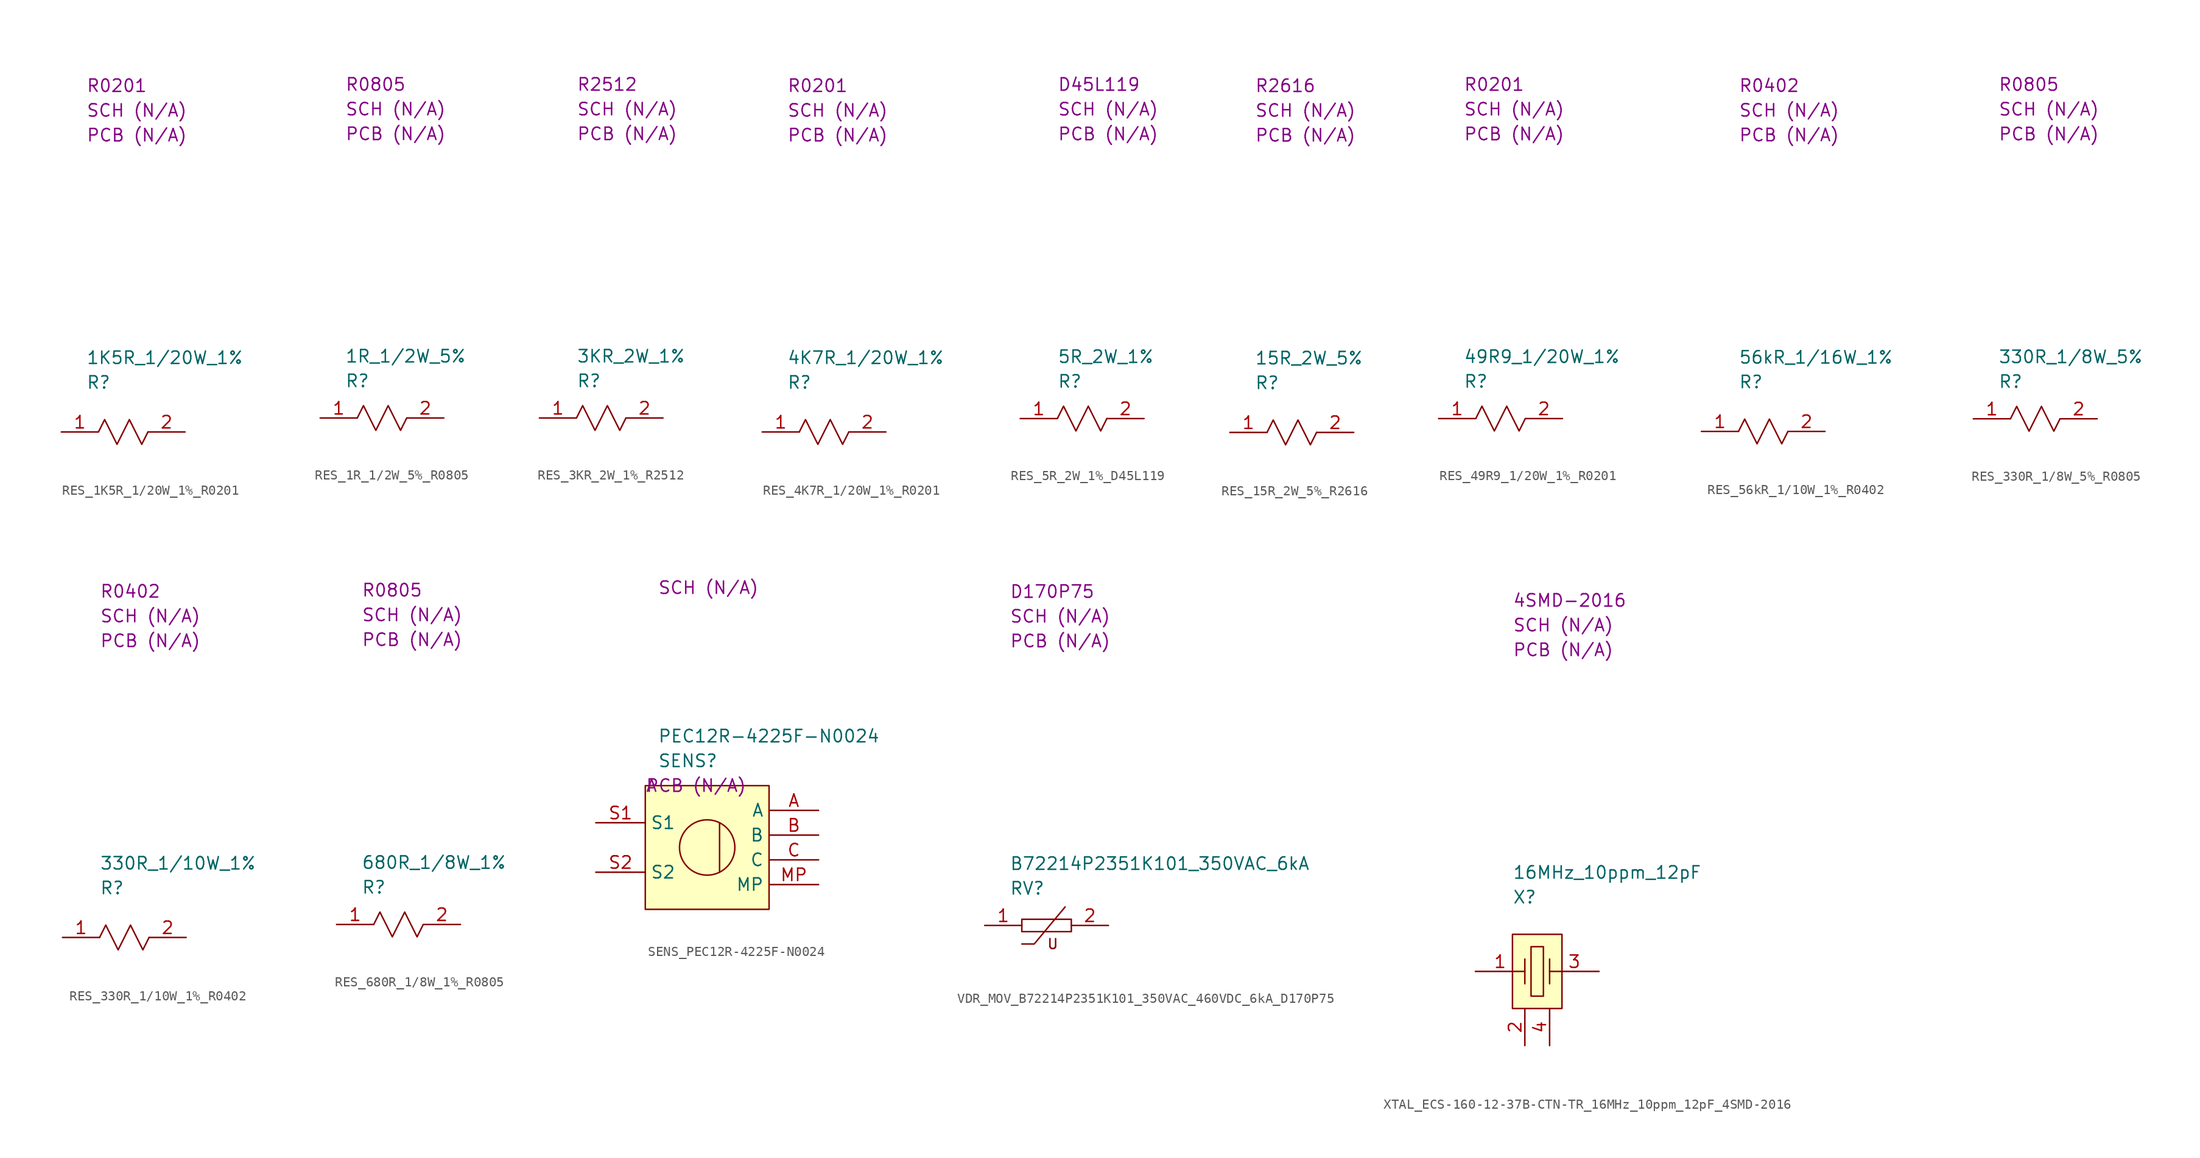
<source format=kicad_sym>
(kicad_symbol_lib
  (version 20220914)
  (generator kicad_symbol_editor)
  (symbol "RES_1K5R_1/20W_1%_R0201"
    (property "Reference" "R"
      (at 2.54 5.08 0)
      (effects (font (size 1.27 1.27)) (justify left)))
    (property "Value" "1K5R_1/20W_1%"
      (at 2.54 7.62 0)
      (effects (font (size 1.27 1.27)) (justify left)))
    (property "SCH CHECK" "SCH (N/A)"
      (at 2.54 33.02 0)
      (effects (font (size 1.27 1.27)) (justify left)))
    (property "Package" "R0201"
      (at 2.54 35.56 0)
      (effects (font (size 1.27 1.27)) (justify left)))
    (property "PCB CHECk" "PCB (N/A)"
      (at 2.54 30.48 0)
      (effects (font (size 1.27 1.27)) (justify left)))
    (symbol "RES_1K5R_1/20W_1%_R0201_0_0"
      (polyline (pts (xy 3.81 0) (xy 4.445 1.27) (xy 5.715 -1.27) (xy 6.985 1.27) (xy 8.255 -1.27) (xy 8.89 0)) (stroke (width 0) (type default)) (fill (type none))))
    (symbol "RES_1K5R_1/20W_1%_R0201_1_1"
      (pin passive line (at 0 0 0) (length 3.81) (name "" (effects (font (size 1.27 1.27)))) (number "1" (effects (font (size 1.27 1.27)))))
      (pin passive line (at 12.7 0 180) (length 3.81) (name "" (effects (font (size 1.27 1.27)))) (number "2" (effects (font (size 1.27 1.27)))))))
  (symbol "RES_1R_1/2W_5%_R0805"
    (property "Reference" "R"
      (at 2.54 3.81 0)
      (effects (font (size 1.27 1.27)) (justify left)))
    (property "Value" "1R_1/2W_5%"
      (at 2.54 6.35 0)
      (effects (font (size 1.27 1.27)) (justify left)))
    (property "SCH CHECK" "SCH (N/A)"
      (at 2.54 31.75 0)
      (effects (font (size 1.27 1.27)) (justify left)))
    (property "Package" "R0805"
      (at 2.54 34.29 0)
      (effects (font (size 1.27 1.27)) (justify left)))
    (property "PCB CHECk" "PCB (N/A)"
      (at 2.54 29.21 0)
      (effects (font (size 1.27 1.27)) (justify left)))
    (symbol "RES_1R_1/2W_5%_R0805_0_0"
      (polyline (pts (xy 3.81 0) (xy 4.445 1.27) (xy 5.715 -1.27) (xy 6.985 1.27) (xy 8.255 -1.27) (xy 8.89 0)) (stroke (width 0) (type default)) (fill (type none))))
    (symbol "RES_1R_1/2W_5%_R0805_1_1"
      (pin passive line (at 0 0 0) (length 3.81) (name "" (effects (font (size 1.27 1.27)))) (number "1" (effects (font (size 1.27 1.27)))))
      (pin passive line (at 12.7 0 180) (length 3.81) (name "" (effects (font (size 1.27 1.27)))) (number "2" (effects (font (size 1.27 1.27)))))))
  (symbol "RES_3KR_2W_1%_R2512"
    (property "Reference" "R"
      (at 3.81 3.81 0)
      (effects (font (size 1.27 1.27)) (justify left)))
    (property "Value" "3KR_2W_1%"
      (at 3.81 6.35 0)
      (effects (font (size 1.27 1.27)) (justify left)))
    (property "SCH CHECK" "SCH (N/A)"
      (at 3.81 31.75 0)
      (effects (font (size 1.27 1.27)) (justify left)))
    (property "Package" "R2512"
      (at 3.81 34.29 0)
      (effects (font (size 1.27 1.27)) (justify left)))
    (property "PCB CHECk" "PCB (N/A)"
      (at 3.81 29.21 0)
      (effects (font (size 1.27 1.27)) (justify left)))
    (symbol "RES_3KR_2W_1%_R2512_0_0"
      (polyline (pts (xy 3.81 0) (xy 4.445 1.27) (xy 5.715 -1.27) (xy 6.985 1.27) (xy 8.255 -1.27) (xy 8.89 0)) (stroke (width 0) (type default)) (fill (type none))))
    (symbol "RES_3KR_2W_1%_R2512_1_1"
      (pin passive line (at 0 0 0) (length 3.81) (name "" (effects (font (size 1.27 1.27)))) (number "1" (effects (font (size 1.27 1.27)))))
      (pin passive line (at 12.7 0 180) (length 3.81) (name "" (effects (font (size 1.27 1.27)))) (number "2" (effects (font (size 1.27 1.27)))))))
  (symbol "RES_4K7R_1/20W_1%_R0201"
    (property "Reference" "R"
      (at 2.54 5.08 0)
      (effects (font (size 1.27 1.27)) (justify left)))
    (property "Value" "4K7R_1/20W_1%"
      (at 2.54 7.62 0)
      (effects (font (size 1.27 1.27)) (justify left)))
    (property "SCH CHECK" "SCH (N/A)"
      (at 2.54 33.02 0)
      (effects (font (size 1.27 1.27)) (justify left)))
    (property "Package" "R0201"
      (at 2.54 35.56 0)
      (effects (font (size 1.27 1.27)) (justify left)))
    (property "PCB CHECk" "PCB (N/A)"
      (at 2.54 30.48 0)
      (effects (font (size 1.27 1.27)) (justify left)))
    (symbol "RES_4K7R_1/20W_1%_R0201_0_0"
      (polyline (pts (xy 3.81 0) (xy 4.445 1.27) (xy 5.715 -1.27) (xy 6.985 1.27) (xy 8.255 -1.27) (xy 8.89 0)) (stroke (width 0) (type default)) (fill (type none))))
    (symbol "RES_4K7R_1/20W_1%_R0201_1_1"
      (pin passive line (at 0 0 0) (length 3.81) (name "" (effects (font (size 1.27 1.27)))) (number "1" (effects (font (size 1.27 1.27)))))
      (pin passive line (at 12.7 0 180) (length 3.81) (name "" (effects (font (size 1.27 1.27)))) (number "2" (effects (font (size 1.27 1.27)))))))
  (symbol "RES_5R_2W_1%_D45L119"
    (property "Reference" "R"
      (at 3.81 3.81 0)
      (effects (font (size 1.27 1.27)) (justify left)))
    (property "Value" "5R_2W_1%"
      (at 3.81 6.35 0)
      (effects (font (size 1.27 1.27)) (justify left)))
    (property "SCH CHECK" "SCH (N/A)"
      (at 3.81 31.75 0)
      (effects (font (size 1.27 1.27)) (justify left)))
    (property "Package" "D45L119"
      (at 3.81 34.29 0)
      (effects (font (size 1.27 1.27)) (justify left)))
    (property "PCB CHECk" "PCB (N/A)"
      (at 3.81 29.21 0)
      (effects (font (size 1.27 1.27)) (justify left)))
    (symbol "RES_5R_2W_1%_D45L119_0_0"
      (polyline (pts (xy 3.81 0) (xy 4.445 1.27) (xy 5.715 -1.27) (xy 6.985 1.27) (xy 8.255 -1.27) (xy 8.89 0)) (stroke (width 0) (type default)) (fill (type none))))
    (symbol "RES_5R_2W_1%_D45L119_1_1"
      (pin passive line (at 0 0 0) (length 3.81) (name "" (effects (font (size 1.27 1.27)))) (number "1" (effects (font (size 1.27 1.27)))))
      (pin passive line (at 12.7 0 180) (length 3.81) (name "" (effects (font (size 1.27 1.27)))) (number "2" (effects (font (size 1.27 1.27)))))))
  (symbol "RES_15R_2W_5%_R2616"
    (property "Reference" "R"
      (at 2.54 5.08 0)
      (effects (font (size 1.27 1.27)) (justify left)))
    (property "Value" "15R_2W_5%"
      (at 2.54 7.62 0)
      (effects (font (size 1.27 1.27)) (justify left)))
    (property "SCH CHECK" "SCH (N/A)"
      (at 2.54 33.02 0)
      (effects (font (size 1.27 1.27)) (justify left)))
    (property "Package" "R2616"
      (at 2.54 35.56 0)
      (effects (font (size 1.27 1.27)) (justify left)))
    (property "PCB CHECk" "PCB (N/A)"
      (at 2.54 30.48 0)
      (effects (font (size 1.27 1.27)) (justify left)))
    (symbol "RES_15R_2W_5%_R2616_0_0"
      (polyline (pts (xy 3.81 0) (xy 4.445 1.27) (xy 5.715 -1.27) (xy 6.985 1.27) (xy 8.255 -1.27) (xy 8.89 0)) (stroke (width 0) (type default)) (fill (type none))))
    (symbol "RES_15R_2W_5%_R2616_1_1"
      (pin passive line (at 0 0 0) (length 3.81) (name "" (effects (font (size 1.27 1.27)))) (number "1" (effects (font (size 1.27 1.27)))))
      (pin passive line (at 12.7 0 180) (length 3.81) (name "" (effects (font (size 1.27 1.27)))) (number "2" (effects (font (size 1.27 1.27)))))))
  (symbol "RES_49R9_1/20W_1%_R0201"
    (property "Reference" "R"
      (at 2.54 3.81 0)
      (effects (font (size 1.27 1.27)) (justify left)))
    (property "Value" "49R9_1/20W_1%"
      (at 2.54 6.35 0)
      (effects (font (size 1.27 1.27)) (justify left)))
    (property "SCH CHECK" "SCH (N/A)"
      (at 2.54 31.75 0)
      (effects (font (size 1.27 1.27)) (justify left)))
    (property "Package" "R0201"
      (at 2.54 34.29 0)
      (effects (font (size 1.27 1.27)) (justify left)))
    (property "PCB CHECk" "PCB (N/A)"
      (at 2.54 29.21 0)
      (effects (font (size 1.27 1.27)) (justify left)))
    (symbol "RES_49R9_1/20W_1%_R0201_0_0"
      (polyline (pts (xy 3.81 0) (xy 4.445 1.27) (xy 5.715 -1.27) (xy 6.985 1.27) (xy 8.255 -1.27) (xy 8.89 0)) (stroke (width 0) (type default)) (fill (type none))))
    (symbol "RES_49R9_1/20W_1%_R0201_1_1"
      (pin passive line (at 0 0 0) (length 3.81) (name "" (effects (font (size 1.27 1.27)))) (number "1" (effects (font (size 1.27 1.27)))))
      (pin passive line (at 12.7 0 180) (length 3.81) (name "" (effects (font (size 1.27 1.27)))) (number "2" (effects (font (size 1.27 1.27)))))))
  (symbol "RES_56kR_1/10W_1%_R0402"
    (property "Reference" "R"
      (at 3.81 5.08 0)
      (effects (font (size 1.27 1.27)) (justify left)))
    (property "Value" "56kR_1/16W_1%"
      (at 3.81 7.62 0)
      (effects (font (size 1.27 1.27)) (justify left)))
    (property "SCH CHECK" "SCH (N/A)"
      (at 3.81 33.02 0)
      (effects (font (size 1.27 1.27)) (justify left)))
    (property "Package" "R0402"
      (at 3.81 35.56 0)
      (effects (font (size 1.27 1.27)) (justify left)))
    (property "PCB CHECk" "PCB (N/A)"
      (at 3.81 30.48 0)
      (effects (font (size 1.27 1.27)) (justify left)))
    (symbol "RES_56kR_1/10W_1%_R0402_0_0"
      (polyline (pts (xy 3.81 0) (xy 4.445 1.27) (xy 5.715 -1.27) (xy 6.985 1.27) (xy 8.255 -1.27) (xy 8.89 0)) (stroke (width 0) (type default)) (fill (type none))))
    (symbol "RES_56kR_1/10W_1%_R0402_1_1"
      (pin passive line (at 0 0 0) (length 3.81) (name "" (effects (font (size 1.27 1.27)))) (number "1" (effects (font (size 1.27 1.27)))))
      (pin passive line (at 12.7 0 180) (length 3.81) (name "" (effects (font (size 1.27 1.27)))) (number "2" (effects (font (size 1.27 1.27)))))))
  (symbol "RES_330R_1/8W_5%_R0805"
    (property "Reference" "R"
      (at 2.54 3.81 0)
      (effects (font (size 1.27 1.27)) (justify left)))
    (property "Value" "330R_1/8W_5%"
      (at 2.54 6.35 0)
      (effects (font (size 1.27 1.27)) (justify left)))
    (property "SCH CHECK" "SCH (N/A)"
      (at 2.54 31.75 0)
      (effects (font (size 1.27 1.27)) (justify left)))
    (property "Package" "R0805"
      (at 2.54 34.29 0)
      (effects (font (size 1.27 1.27)) (justify left)))
    (property "PCB CHECk" "PCB (N/A)"
      (at 2.54 29.21 0)
      (effects (font (size 1.27 1.27)) (justify left)))
    (symbol "RES_330R_1/8W_5%_R0805_0_0"
      (polyline (pts (xy 3.81 0) (xy 4.445 1.27) (xy 5.715 -1.27) (xy 6.985 1.27) (xy 8.255 -1.27) (xy 8.89 0)) (stroke (width 0) (type default)) (fill (type none))))
    (symbol "RES_330R_1/8W_5%_R0805_1_1"
      (pin passive line (at 0 0 0) (length 3.81) (name "" (effects (font (size 1.27 1.27)))) (number "1" (effects (font (size 1.27 1.27)))))
      (pin passive line (at 12.7 0 180) (length 3.81) (name "" (effects (font (size 1.27 1.27)))) (number "2" (effects (font (size 1.27 1.27)))))))
  (symbol "RES_330R_1/10W_1%_R0402"
    (property "Reference" "R"
      (at 3.81 5.08 0)
      (effects (font (size 1.27 1.27)) (justify left)))
    (property "Value" "330R_1/10W_1%"
      (at 3.81 7.62 0)
      (effects (font (size 1.27 1.27)) (justify left)))
    (property "SCH CHECK" "SCH (N/A)"
      (at 3.81 33.02 0)
      (effects (font (size 1.27 1.27)) (justify left)))
    (property "Package" "R0402"
      (at 3.81 35.56 0)
      (effects (font (size 1.27 1.27)) (justify left)))
    (property "PCB CHECk" "PCB (N/A)"
      (at 3.81 30.48 0)
      (effects (font (size 1.27 1.27)) (justify left)))
    (symbol "RES_330R_1/10W_1%_R0402_0_0"
      (polyline (pts (xy 3.81 0) (xy 4.445 1.27) (xy 5.715 -1.27) (xy 6.985 1.27) (xy 8.255 -1.27) (xy 8.89 0)) (stroke (width 0) (type default)) (fill (type none))))
    (symbol "RES_330R_1/10W_1%_R0402_1_1"
      (pin passive line (at 0 0 0) (length 3.81) (name "" (effects (font (size 1.27 1.27)))) (number "1" (effects (font (size 1.27 1.27)))))
      (pin passive line (at 12.7 0 180) (length 3.81) (name "" (effects (font (size 1.27 1.27)))) (number "2" (effects (font (size 1.27 1.27)))))))
  (symbol "RES_680R_1/8W_1%_R0805"
    (property "Reference" "R"
      (at 2.54 3.81 0)
      (effects (font (size 1.27 1.27)) (justify left)))
    (property "Value" "680R_1/8W_1%"
      (at 2.54 6.35 0)
      (effects (font (size 1.27 1.27)) (justify left)))
    (property "SCH CHECK" "SCH (N/A)"
      (at 2.54 31.75 0)
      (effects (font (size 1.27 1.27)) (justify left)))
    (property "Package" "R0805"
      (at 2.54 34.29 0)
      (effects (font (size 1.27 1.27)) (justify left)))
    (property "PCB CHECk" "PCB (N/A)"
      (at 2.54 29.21 0)
      (effects (font (size 1.27 1.27)) (justify left)))
    (symbol "RES_680R_1/8W_1%_R0805_0_0"
      (polyline (pts (xy 3.81 0) (xy 4.445 1.27) (xy 5.715 -1.27) (xy 6.985 1.27) (xy 8.255 -1.27) (xy 8.89 0)) (stroke (width 0) (type default)) (fill (type none))))
    (symbol "RES_680R_1/8W_1%_R0805_1_1"
      (pin passive line (at 0 0 0) (length 3.81) (name "" (effects (font (size 1.27 1.27)))) (number "1" (effects (font (size 1.27 1.27)))))
      (pin passive line (at 12.7 0 180) (length 3.81) (name "" (effects (font (size 1.27 1.27)))) (number "2" (effects (font (size 1.27 1.27)))))))
  (symbol "SENS_PEC12R-4225F-N0024"
    (property "Reference" "SENS"
      (at 1.27 2.54 0)
      (effects (font (size 1.27 1.27)) (justify left)))
    (property "Value" "PEC12R-4225F-N0024"
      (at 1.27 5.08 0)
      (effects (font (size 1.27 1.27)) (justify left)))
    (property "SCH CHECK" "SCH (N/A)"
      (at 1.27 20.32 0)
      (effects (font (size 1.27 1.27)) (justify left)))
    (property "Package" "A"
      (at 0 0 0)
      (effects (font (size 1.27 1.27)) (justify left)))
    (property "PCB CHECk" "PCB (N/A)"
      (at 0 0 0)
      (effects (font (size 1.27 1.27)) (justify left)))
    (symbol "SENS_PEC12R-4225F-N0024_0_1"
      (polyline (pts (xy 7.62 -3.81) (xy 7.62 -8.89)) (stroke (width 0) (type default)) (fill (type none)))
      (rectangle (start 0 0) (end 12.7 -12.7) (stroke (width 0) (type default)) (fill (type background)))
      (circle (center 6.35 -6.35) (radius 2.84) (stroke (width 0) (type default)) (fill (type none))))
    (symbol "SENS_PEC12R-4225F-N0024_1_1"
      (pin passive line (at 17.78 -2.54 180) (length 5.08) (name "A" (effects (font (size 1.27 1.27)))) (number "A" (effects (font (size 1.27 1.27)))))
      (pin passive line (at 17.78 -5.08 180) (length 5.08) (name "B" (effects (font (size 1.27 1.27)))) (number "B" (effects (font (size 1.27 1.27)))))
      (pin passive line (at 17.78 -7.62 180) (length 5.08) (name "C" (effects (font (size 1.27 1.27)))) (number "C" (effects (font (size 1.27 1.27)))))
      (pin passive line (at 17.78 -10.16 180) (length 5.08) (name "MP" (effects (font (size 1.27 1.27)))) (number "MP" (effects (font (size 1.27 1.27)))))
      (pin passive line (at -5.08 -3.81 0) (length 5.08) (name "S1" (effects (font (size 1.27 1.27)))) (number "S1" (effects (font (size 1.27 1.27)))))
      (pin passive line (at -5.08 -8.89 0) (length 5.08) (name "S2" (effects (font (size 1.27 1.27)))) (number "S2" (effects (font (size 1.27 1.27)))))))
  (symbol "VDR_MOV_B72214P2351K101_350VAC_460VDC_6kA_D170P75"
    (property "Reference" "RV"
      (at 2.54 3.81 0)
      (effects (font (size 1.27 1.27)) (justify left)))
    (property "Value" "B72214P2351K101_350VAC_6kA"
      (at 2.54 6.35 0)
      (effects (font (size 1.27 1.27)) (justify left)))
    (property "SCH CHECK" "SCH (N/A)"
      (at 2.54 31.75 0)
      (effects (font (size 1.27 1.27)) (justify left)))
    (property "Package" "D170P75"
      (at 2.54 34.29 0)
      (effects (font (size 1.27 1.27)) (justify left)))
    (property "PCB CHECk" "PCB (N/A)"
      (at 2.54 29.21 0)
      (effects (font (size 1.27 1.27)) (justify left)))
    (symbol "VDR_MOV_B72214P2351K101_350VAC_460VDC_6kA_D170P75_0_1"
      (polyline (pts (xy 8.255 1.905) (xy 5.08 -1.905) (xy 3.81 -1.905)) (stroke (width 0) (type default)) (fill (type none)))
      (polyline (pts (xy 3.81 0.635) (xy 3.81 -0.635) (xy 8.89 -0.635) (xy 8.89 0.635) (xy 3.81 0.635)) (stroke (width 0) (type default)) (fill (type none)))
      (text "U" (at 6.985 -1.905 0) (effects (font (size 1.016 1.016)))))
    (symbol "VDR_MOV_B72214P2351K101_350VAC_460VDC_6kA_D170P75_1_1"
      (pin passive line (at 0 0 0) (length 3.81) (name "" (effects (font (size 1.27 1.27)))) (number "1" (effects (font (size 1.27 1.27)))))
      (pin passive line (at 12.7 0 180) (length 3.81) (name "" (effects (font (size 1.27 1.27)))) (number "2" (effects (font (size 1.27 1.27)))))))
  (symbol "XTAL_ECS-160-12-37B-CTN-TR_16MHz_10ppm_12pF_4SMD-2016"
    (property "Reference" "X"
      (at 3.81 7.62 0)
      (effects (font (size 1.27 1.27)) (justify left)))
    (property "Value" "16MHz_10ppm_12pF"
      (at 3.81 10.16 0)
      (effects (font (size 1.27 1.27)) (justify left)))
    (property "SCH CHECK" "SCH (N/A)"
      (at 3.81 35.56 0)
      (effects (font (size 1.27 1.27)) (justify left)))
    (property "Package" "4SMD-2016"
      (at 3.81 38.1 0)
      (effects (font (size 1.27 1.27)) (justify left)))
    (property "PCB CHECk" "PCB (N/A)"
      (at 3.81 33.02 0)
      (effects (font (size 1.27 1.27)) (justify left)))
    (symbol "XTAL_ECS-160-12-37B-CTN-TR_16MHz_10ppm_12pF_4SMD-2016_0_1"
      (polyline (pts (xy 5.08 1.27) (xy 5.08 -1.27)) (stroke (width 0) (type default)) (fill (type none)))
      (polyline (pts (xy 7.62 1.27) (xy 7.62 -1.27)) (stroke (width 0) (type default)) (fill (type none)))
      (polyline (pts (xy 5.715 2.54) (xy 6.985 2.54) (xy 6.985 -2.54) (xy 5.715 -2.54) (xy 5.715 2.54)) (stroke (width 0) (type default)) (fill (type none))))
    (symbol "XTAL_ECS-160-12-37B-CTN-TR_16MHz_10ppm_12pF_4SMD-2016_1_1"
      (polyline (pts (xy 3.81 3.81) (xy 3.81 -3.81) (xy 8.89 -3.81) (xy 8.89 3.81) (xy 3.81 3.81)) (stroke (width 0) (type default)) (fill (type background)))
      (pin passive line (at 0 0 0) (length 5.08) (name "" (effects (font (size 1.27 1.27)))) (number "1" (effects (font (size 1.27 1.27)))))
      (pin passive line (at 5.08 -7.62 90) (length 3.81) (name "" (effects (font (size 1.27 1.27)))) (number "2" (effects (font (size 1.27 1.27)))))
      (pin passive line (at 12.7 0 180) (length 5.08) (name "" (effects (font (size 1.27 1.27)))) (number "3" (effects (font (size 1.27 1.27)))))
      (pin passive line (at 7.62 -7.62 90) (length 3.81) (name "" (effects (font (size 1.27 1.27)))) (number "4" (effects (font (size 1.27 1.27))))))))
</source>
